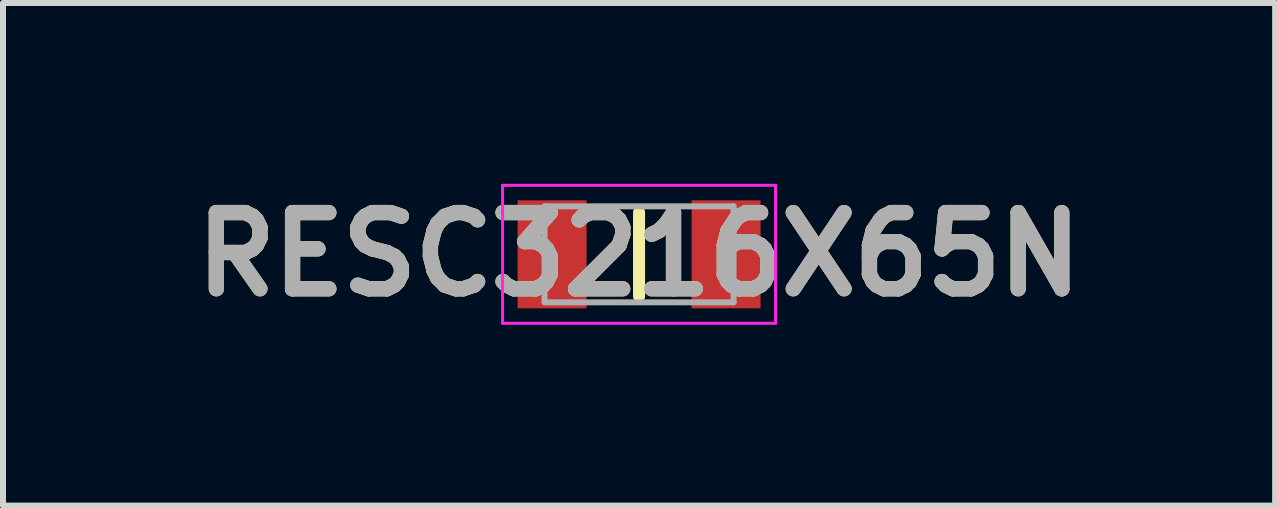
<source format=kicad_pcb>
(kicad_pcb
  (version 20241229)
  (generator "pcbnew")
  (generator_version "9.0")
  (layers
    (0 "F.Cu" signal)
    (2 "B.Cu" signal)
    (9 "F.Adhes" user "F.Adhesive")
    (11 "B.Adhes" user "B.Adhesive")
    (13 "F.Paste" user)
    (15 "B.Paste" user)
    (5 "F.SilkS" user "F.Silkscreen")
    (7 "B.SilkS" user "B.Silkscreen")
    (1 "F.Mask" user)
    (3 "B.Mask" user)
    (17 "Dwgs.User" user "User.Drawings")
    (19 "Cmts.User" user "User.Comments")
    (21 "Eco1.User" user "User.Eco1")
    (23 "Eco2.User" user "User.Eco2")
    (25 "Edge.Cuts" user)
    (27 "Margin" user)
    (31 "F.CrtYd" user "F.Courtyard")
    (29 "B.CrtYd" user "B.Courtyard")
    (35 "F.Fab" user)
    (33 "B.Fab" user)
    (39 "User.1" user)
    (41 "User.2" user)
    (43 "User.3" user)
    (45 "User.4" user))
  (footprint "RESC3216X65N"
    (layer "F.Cu")
    (at 7.602 1.189)
    (property "Reference" "RESC3216X65N" (at 0 0 0) (layer "F.SilkS") (effects (font (size 1.27 1.27) (thickness 0.254))))
    (attr smd)
    (fp_line (start 0 -0.7) (end 0 0.7) (stroke (width 0.2) (type solid)) (layer "F.SilkS"))
    (fp_line (start -2.275 -1.15) (end 2.275 -1.15) (stroke (width 0.05) (type solid)) (layer "F.CrtYd"))
    (fp_line (start -2.275 1.15) (end -2.275 -1.15) (stroke (width 0.05) (type solid)) (layer "F.CrtYd"))
    (fp_line (start 2.275 -1.15) (end 2.275 1.15) (stroke (width 0.05) (type solid)) (layer "F.CrtYd"))
    (fp_line (start 2.275 1.15) (end -2.275 1.15) (stroke (width 0.05) (type solid)) (layer "F.CrtYd"))
    (fp_line (start -1.575 -0.8) (end 1.575 -0.8) (stroke (width 0.1) (type solid)) (layer "F.Fab"))
    (fp_line (start -1.575 0.8) (end -1.575 -0.8) (stroke (width 0.1) (type solid)) (layer "F.Fab"))
    (fp_line (start 1.575 -0.8) (end 1.575 0.8) (stroke (width 0.1) (type solid)) (layer "F.Fab"))
    (fp_line (start 1.575 0.8) (end -1.575 0.8) (stroke (width 0.1) (type solid)) (layer "F.Fab"))
    (fp_text user "${REFERENCE}" (at 0 0 0) (layer "F.Fab") (effects (font (size 1.27 1.27) (thickness 0.254))))
    (pad "1" smd rect (at -1.45 0) (size 1.15 1.8) (layers "F.Cu" "F.Mask" "F.Paste"))
    (pad "2" smd rect (at 1.45 0) (size 1.15 1.8) (layers "F.Cu" "F.Mask" "F.Paste")))
  (gr_rect
    (start -3 -3)
    (end 18.204 5.377)
    (stroke (width 0.1) (type default))
    (fill no)
    (layer "Edge.Cuts")))
</source>
